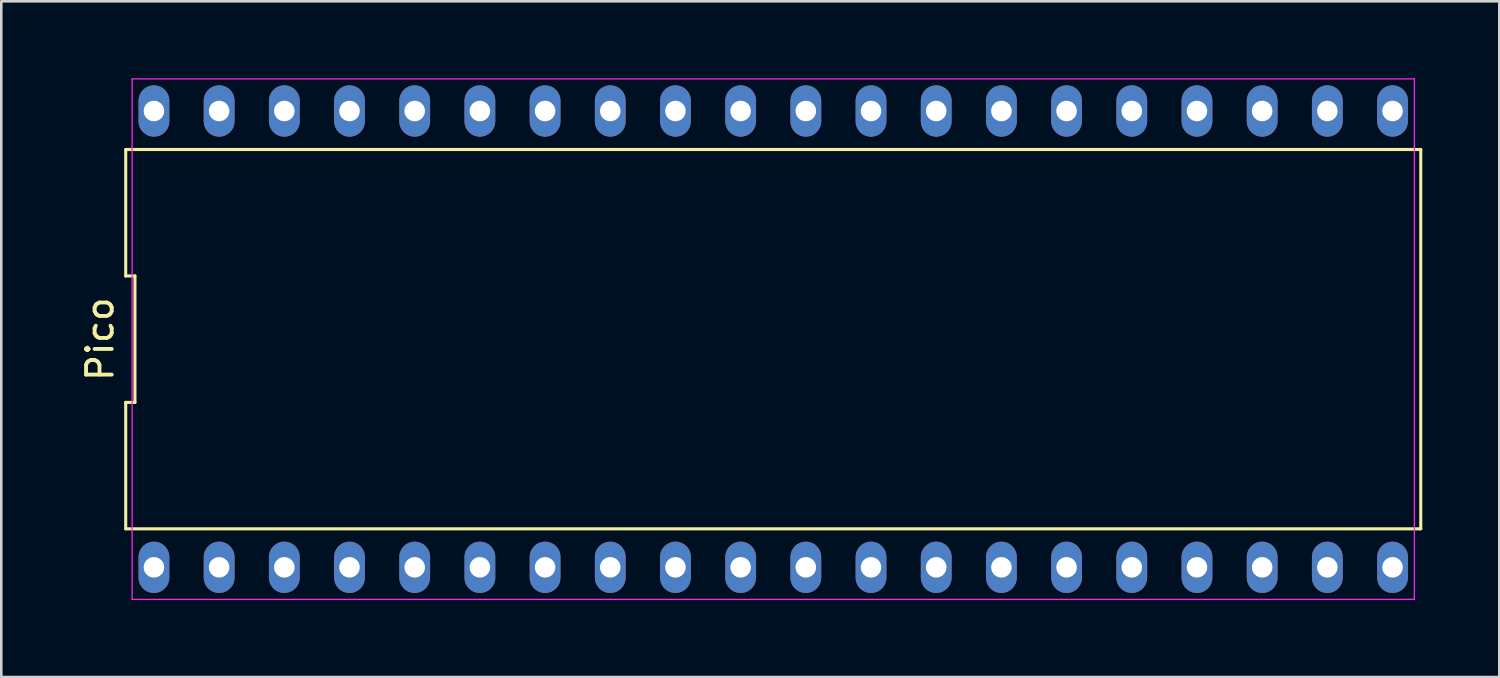
<source format=kicad_pcb>
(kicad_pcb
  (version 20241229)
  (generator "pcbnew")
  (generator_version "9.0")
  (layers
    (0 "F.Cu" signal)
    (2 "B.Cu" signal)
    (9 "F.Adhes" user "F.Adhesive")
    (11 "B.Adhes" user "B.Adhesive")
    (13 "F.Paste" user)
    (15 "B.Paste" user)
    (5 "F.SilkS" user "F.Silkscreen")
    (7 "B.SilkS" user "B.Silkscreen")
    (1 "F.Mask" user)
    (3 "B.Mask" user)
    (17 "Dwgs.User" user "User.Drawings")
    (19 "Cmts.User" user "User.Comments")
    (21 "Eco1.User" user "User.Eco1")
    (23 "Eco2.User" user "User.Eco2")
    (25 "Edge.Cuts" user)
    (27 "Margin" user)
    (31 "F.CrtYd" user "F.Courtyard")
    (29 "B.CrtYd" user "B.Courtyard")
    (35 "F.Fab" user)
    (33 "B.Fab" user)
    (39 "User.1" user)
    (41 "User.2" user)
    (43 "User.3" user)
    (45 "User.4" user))
  (footprint "Pico"
    (layer "F.Cu")
    (at 27.078 10.165)
    (property "Reference" "Pico" (at -26.23 0 90) (layer "F.SilkS") (effects (font (size 1 1) (thickness 0.15))))
    (attr through_hole)
    (fp_line (start -25.23 -7.39) (end -25.23 -2.463) (stroke (width 0.12) (type solid)) (layer "F.SilkS"))
    (fp_line (start -25.23 -2.463) (end -24.87 -2.463) (stroke (width 0.12) (type solid)) (layer "F.SilkS"))
    (fp_line (start -25.23 2.463) (end -25.23 7.39) (stroke (width 0.12) (type solid)) (layer "F.SilkS"))
    (fp_line (start -25.23 7.39) (end 25.23 7.39) (stroke (width 0.12) (type solid)) (layer "F.SilkS"))
    (fp_line (start -24.87 -2.463) (end -24.87 2.463) (stroke (width 0.12) (type solid)) (layer "F.SilkS"))
    (fp_line (start -24.87 2.463) (end -25.23 2.463) (stroke (width 0.12) (type solid)) (layer "F.SilkS"))
    (fp_line (start 25.23 -7.39) (end -25.23 -7.39) (stroke (width 0.12) (type solid)) (layer "F.SilkS"))
    (fp_line (start 25.23 7.39) (end 25.23 -7.39) (stroke (width 0.12) (type solid)) (layer "F.SilkS"))
    (fp_line (start -24.98 -10.14) (end 24.98 -10.14) (stroke (width 0.05) (type solid)) (layer "F.CrtYd"))
    (fp_line (start -24.98 10.14) (end -24.98 -10.14) (stroke (width 0.05) (type solid)) (layer "F.CrtYd"))
    (fp_line (start 24.98 -10.14) (end 24.98 10.14) (stroke (width 0.05) (type solid)) (layer "F.CrtYd"))
    (fp_line (start 24.98 10.14) (end -24.98 10.14) (stroke (width 0.05) (type solid)) (layer "F.CrtYd"))
    (pad "1" thru_hole oval (at -24.13 8.89) (size 1.2 2) (drill 0.8) (layers "*.Cu" "*.Mask"))
    (pad "2" thru_hole oval (at -21.59 8.89) (size 1.2 2) (drill 0.8) (layers "*.Cu" "*.Mask"))
    (pad "3" thru_hole oval (at -19.05 8.89) (size 1.2 2) (drill 0.8) (layers "*.Cu" "*.Mask"))
    (pad "4" thru_hole oval (at -16.51 8.89) (size 1.2 2) (drill 0.8) (layers "*.Cu" "*.Mask"))
    (pad "5" thru_hole oval (at -13.97 8.89) (size 1.2 2) (drill 0.8) (layers "*.Cu" "*.Mask"))
    (pad "6" thru_hole oval (at -11.43 8.89) (size 1.2 2) (drill 0.8) (layers "*.Cu" "*.Mask"))
    (pad "7" thru_hole oval (at -8.89 8.89) (size 1.2 2) (drill 0.8) (layers "*.Cu" "*.Mask"))
    (pad "8" thru_hole oval (at -6.35 8.89) (size 1.2 2) (drill 0.8) (layers "*.Cu" "*.Mask"))
    (pad "9" thru_hole oval (at -3.81 8.89) (size 1.2 2) (drill 0.8) (layers "*.Cu" "*.Mask"))
    (pad "10" thru_hole oval (at -1.27 8.89) (size 1.2 2) (drill 0.8) (layers "*.Cu" "*.Mask"))
    (pad "11" thru_hole oval (at 1.27 8.89) (size 1.2 2) (drill 0.8) (layers "*.Cu" "*.Mask"))
    (pad "12" thru_hole oval (at 3.81 8.89) (size 1.2 2) (drill 0.8) (layers "*.Cu" "*.Mask"))
    (pad "13" thru_hole oval (at 6.35 8.89) (size 1.2 2) (drill 0.8) (layers "*.Cu" "*.Mask"))
    (pad "14" thru_hole oval (at 8.89 8.89) (size 1.2 2) (drill 0.8) (layers "*.Cu" "*.Mask"))
    (pad "15" thru_hole oval (at 11.43 8.89) (size 1.2 2) (drill 0.8) (layers "*.Cu" "*.Mask"))
    (pad "16" thru_hole oval (at 13.97 8.89) (size 1.2 2) (drill 0.8) (layers "*.Cu" "*.Mask"))
    (pad "17" thru_hole oval (at 16.51 8.89) (size 1.2 2) (drill 0.8) (layers "*.Cu" "*.Mask"))
    (pad "18" thru_hole oval (at 19.05 8.89) (size 1.2 2) (drill 0.8) (layers "*.Cu" "*.Mask"))
    (pad "19" thru_hole oval (at 21.59 8.89) (size 1.2 2) (drill 0.8) (layers "*.Cu" "*.Mask"))
    (pad "20" thru_hole oval (at 24.13 8.89) (size 1.2 2) (drill 0.8) (layers "*.Cu" "*.Mask"))
    (pad "21" thru_hole oval (at 24.13 -8.89) (size 1.2 2) (drill 0.8) (layers "*.Cu" "*.Mask"))
    (pad "22" thru_hole oval (at 21.59 -8.89) (size 1.2 2) (drill 0.8) (layers "*.Cu" "*.Mask"))
    (pad "23" thru_hole oval (at 19.05 -8.89) (size 1.2 2) (drill 0.8) (layers "*.Cu" "*.Mask"))
    (pad "24" thru_hole oval (at 16.51 -8.89) (size 1.2 2) (drill 0.8) (layers "*.Cu" "*.Mask"))
    (pad "25" thru_hole oval (at 13.97 -8.89) (size 1.2 2) (drill 0.8) (layers "*.Cu" "*.Mask"))
    (pad "26" thru_hole oval (at 11.43 -8.89) (size 1.2 2) (drill 0.8) (layers "*.Cu" "*.Mask"))
    (pad "27" thru_hole oval (at 8.89 -8.89) (size 1.2 2) (drill 0.8) (layers "*.Cu" "*.Mask"))
    (pad "28" thru_hole oval (at 6.35 -8.89) (size 1.2 2) (drill 0.8) (layers "*.Cu" "*.Mask"))
    (pad "29" thru_hole oval (at 3.81 -8.89) (size 1.2 2) (drill 0.8) (layers "*.Cu" "*.Mask"))
    (pad "30" thru_hole oval (at 1.27 -8.89) (size 1.2 2) (drill 0.8) (layers "*.Cu" "*.Mask"))
    (pad "31" thru_hole oval (at -1.27 -8.89) (size 1.2 2) (drill 0.8) (layers "*.Cu" "*.Mask"))
    (pad "32" thru_hole oval (at -3.81 -8.89) (size 1.2 2) (drill 0.8) (layers "*.Cu" "*.Mask"))
    (pad "33" thru_hole oval (at -6.35 -8.89) (size 1.2 2) (drill 0.8) (layers "*.Cu" "*.Mask"))
    (pad "34" thru_hole oval (at -8.89 -8.89) (size 1.2 2) (drill 0.8) (layers "*.Cu" "*.Mask"))
    (pad "35" thru_hole oval (at -11.43 -8.89) (size 1.2 2) (drill 0.8) (layers "*.Cu" "*.Mask"))
    (pad "36" thru_hole oval (at -13.97 -8.89) (size 1.2 2) (drill 0.8) (layers "*.Cu" "*.Mask"))
    (pad "37" thru_hole oval (at -16.51 -8.89) (size 1.2 2) (drill 0.8) (layers "*.Cu" "*.Mask"))
    (pad "38" thru_hole oval (at -19.05 -8.89) (size 1.2 2) (drill 0.8) (layers "*.Cu" "*.Mask"))
    (pad "39" thru_hole oval (at -21.59 -8.89) (size 1.2 2) (drill 0.8) (layers "*.Cu" "*.Mask"))
    (pad "40" thru_hole oval (at -24.13 -8.89) (size 1.2 2) (drill 0.8) (layers "*.Cu" "*.Mask")))
  (gr_rect
    (start -3 -3)
    (end 55.368 23.33)
    (stroke (width 0.1) (type default))
    (fill no)
    (layer "Edge.Cuts")))
</source>
